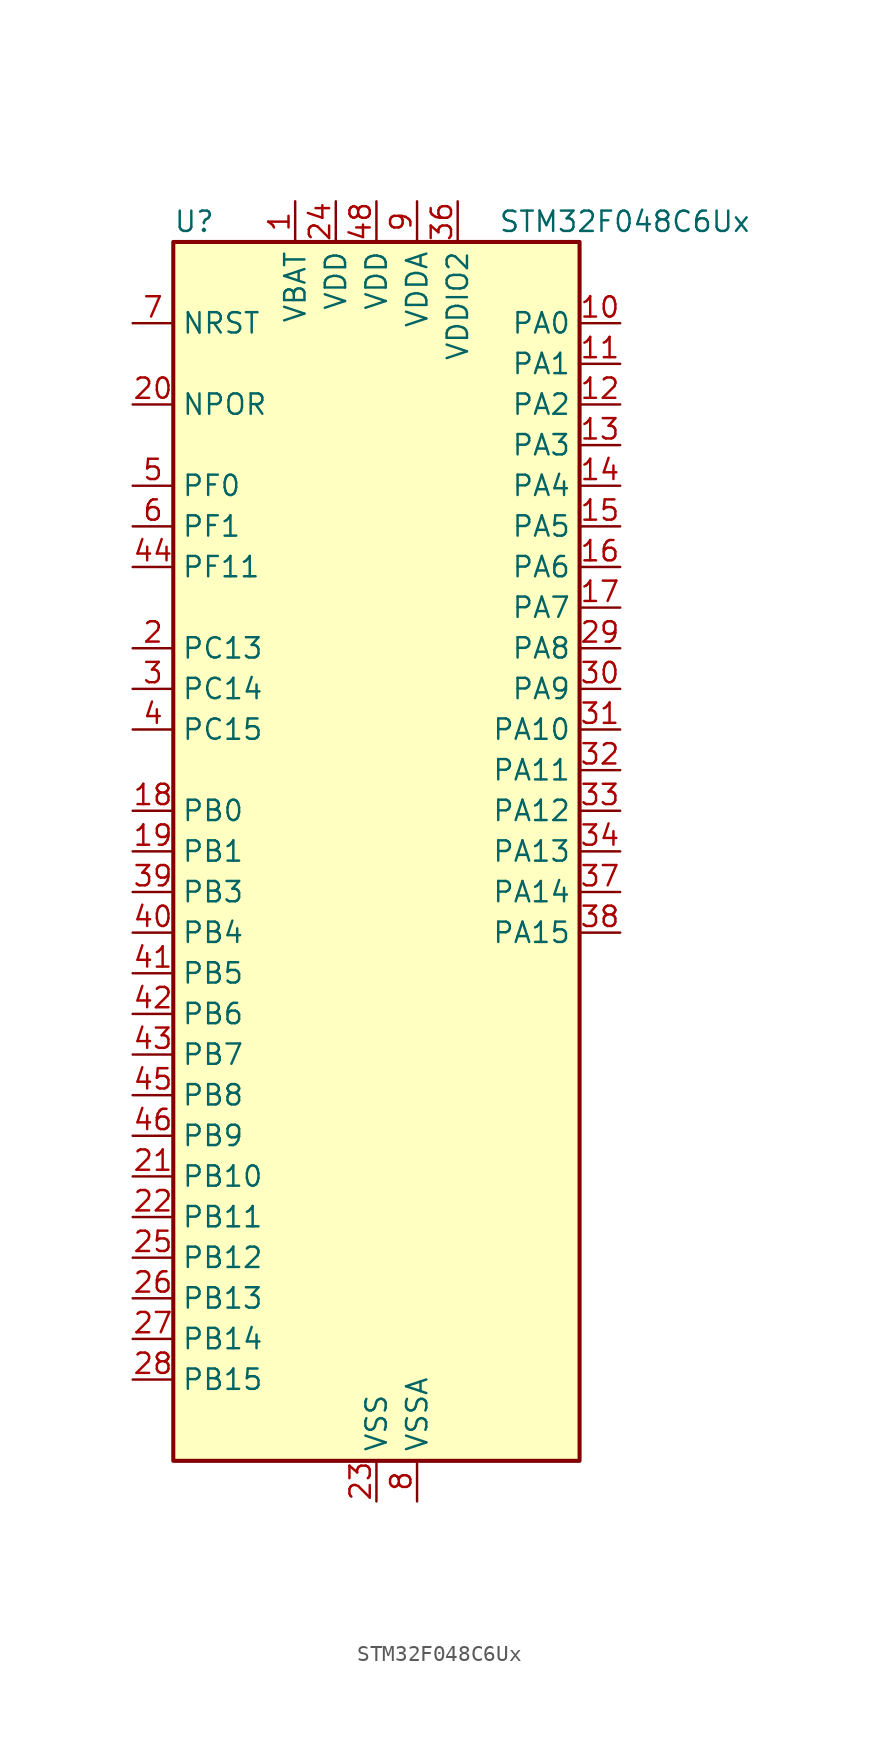
<source format=kicad_sym>
(kicad_symbol_lib
  (version 20241209)
  (generator "kicad_symbol_editor")
  (generator_version "9.0")
  (symbol "STM32F048C6Ux"
    (property "Reference" "U"
      (at -12.7 39.37 0)
      (effects (font (size 1.27 1.27)) (justify left)))
    (property "Value" "STM32F048C6Ux"
      (at 7.62 39.37 0)
      (effects (font (size 1.27 1.27)) (justify left)))
    (symbol "STM32F048C6Ux_0_1"
      (rectangle (start -12.7 -38.1) (end 12.7 38.1) (stroke (width 0.254) (type default)) (fill (type background))))
    (symbol "STM32F048C6Ux_1_1"
      (pin input line (at -15.24 33.02 0) (length 2.54) (name "NRST" (effects (font (size 1.27 1.27)))) (number "7" (effects (font (size 1.27 1.27)))))
      (pin input line (at -15.24 27.94 0) (length 2.54) (name "NPOR" (effects (font (size 1.27 1.27)))) (number "20" (effects (font (size 1.27 1.27)))))
      (pin bidirectional line (at -15.24 22.86 0) (length 2.54) (name "PF0" (effects (font (size 1.27 1.27)))) (number "5" (effects (font (size 1.27 1.27)))) (alternate "CRS_SYNC" bidirectional line) (alternate "I2C1_SDA" bidirectional line) (alternate "RCC_OSC_IN" bidirectional line))
      (pin bidirectional line (at -15.24 20.32 0) (length 2.54) (name "PF1" (effects (font (size 1.27 1.27)))) (number "6" (effects (font (size 1.27 1.27)))) (alternate "I2C1_SCL" bidirectional line) (alternate "RCC_OSC_OUT" bidirectional line))
      (pin bidirectional line (at -15.24 17.78 0) (length 2.54) (name "PF11" (effects (font (size 1.27 1.27)))) (number "44" (effects (font (size 1.27 1.27)))))
      (pin bidirectional line (at -15.24 12.7 0) (length 2.54) (name "PC13" (effects (font (size 1.27 1.27)))) (number "2" (effects (font (size 1.27 1.27)))) (alternate "RTC_OUT_ALARM" bidirectional line) (alternate "RTC_OUT_CALIB" bidirectional line) (alternate "RTC_TAMP1" bidirectional line) (alternate "RTC_TS" bidirectional line) (alternate "SYS_WKUP2" bidirectional line))
      (pin bidirectional line (at -15.24 10.16 0) (length 2.54) (name "PC14" (effects (font (size 1.27 1.27)))) (number "3" (effects (font (size 1.27 1.27)))) (alternate "RCC_OSC32_IN" bidirectional line))
      (pin bidirectional line (at -15.24 7.62 0) (length 2.54) (name "PC15" (effects (font (size 1.27 1.27)))) (number "4" (effects (font (size 1.27 1.27)))) (alternate "RCC_OSC32_OUT" bidirectional line))
      (pin bidirectional line (at -15.24 2.54 0) (length 2.54) (name "PB0" (effects (font (size 1.27 1.27)))) (number "18" (effects (font (size 1.27 1.27)))) (alternate "ADC_IN8" bidirectional line) (alternate "TIM1_CH2N" bidirectional line) (alternate "TIM3_CH3" bidirectional line) (alternate "TSC_G3_IO2" bidirectional line))
      (pin bidirectional line (at -15.24 0 0) (length 2.54) (name "PB1" (effects (font (size 1.27 1.27)))) (number "19" (effects (font (size 1.27 1.27)))) (alternate "ADC_IN9" bidirectional line) (alternate "TIM14_CH1" bidirectional line) (alternate "TIM1_CH3N" bidirectional line) (alternate "TIM3_CH4" bidirectional line) (alternate "TSC_G3_IO3" bidirectional line))
      (pin bidirectional line (at -15.24 -2.54 0) (length 2.54) (name "PB3" (effects (font (size 1.27 1.27)))) (number "39" (effects (font (size 1.27 1.27)))) (alternate "I2S1_CK" bidirectional line) (alternate "SPI1_SCK" bidirectional line) (alternate "TIM2_CH2" bidirectional line) (alternate "TSC_G5_IO1" bidirectional line))
      (pin bidirectional line (at -15.24 -5.08 0) (length 2.54) (name "PB4" (effects (font (size 1.27 1.27)))) (number "40" (effects (font (size 1.27 1.27)))) (alternate "I2S1_MCK" bidirectional line) (alternate "SPI1_MISO" bidirectional line) (alternate "TIM17_BKIN" bidirectional line) (alternate "TIM3_CH1" bidirectional line) (alternate "TSC_G5_IO2" bidirectional line))
      (pin bidirectional line (at -15.24 -7.62 0) (length 2.54) (name "PB5" (effects (font (size 1.27 1.27)))) (number "41" (effects (font (size 1.27 1.27)))) (alternate "I2C1_SMBA" bidirectional line) (alternate "I2S1_SD" bidirectional line) (alternate "SPI1_MOSI" bidirectional line) (alternate "SYS_WKUP6" bidirectional line) (alternate "TIM16_BKIN" bidirectional line) (alternate "TIM3_CH2" bidirectional line))
      (pin bidirectional line (at -15.24 -10.16 0) (length 2.54) (name "PB6" (effects (font (size 1.27 1.27)))) (number "42" (effects (font (size 1.27 1.27)))) (alternate "I2C1_SCL" bidirectional line) (alternate "TIM16_CH1N" bidirectional line) (alternate "TSC_G5_IO3" bidirectional line) (alternate "USART1_TX" bidirectional line))
      (pin bidirectional line (at -15.24 -12.7 0) (length 2.54) (name "PB7" (effects (font (size 1.27 1.27)))) (number "43" (effects (font (size 1.27 1.27)))) (alternate "I2C1_SDA" bidirectional line) (alternate "TIM17_CH1N" bidirectional line) (alternate "TSC_G5_IO4" bidirectional line) (alternate "USART1_RX" bidirectional line))
      (pin bidirectional line (at -15.24 -15.24 0) (length 2.54) (name "PB8" (effects (font (size 1.27 1.27)))) (number "45" (effects (font (size 1.27 1.27)))) (alternate "CEC" bidirectional line) (alternate "I2C1_SCL" bidirectional line) (alternate "TIM16_CH1" bidirectional line) (alternate "TSC_SYNC" bidirectional line))
      (pin bidirectional line (at -15.24 -17.78 0) (length 2.54) (name "PB9" (effects (font (size 1.27 1.27)))) (number "46" (effects (font (size 1.27 1.27)))) (alternate "I2C1_SDA" bidirectional line) (alternate "IR_OUT" bidirectional line) (alternate "SPI2_NSS" bidirectional line) (alternate "TIM17_CH1" bidirectional line))
      (pin bidirectional line (at -15.24 -20.32 0) (length 2.54) (name "PB10" (effects (font (size 1.27 1.27)))) (number "21" (effects (font (size 1.27 1.27)))) (alternate "CEC" bidirectional line) (alternate "I2C1_SCL" bidirectional line) (alternate "SPI2_SCK" bidirectional line) (alternate "TIM2_CH3" bidirectional line) (alternate "TSC_SYNC" bidirectional line))
      (pin bidirectional line (at -15.24 -22.86 0) (length 2.54) (name "PB11" (effects (font (size 1.27 1.27)))) (number "22" (effects (font (size 1.27 1.27)))) (alternate "I2C1_SDA" bidirectional line) (alternate "TIM2_CH4" bidirectional line))
      (pin bidirectional line (at -15.24 -25.4 0) (length 2.54) (name "PB12" (effects (font (size 1.27 1.27)))) (number "25" (effects (font (size 1.27 1.27)))) (alternate "SPI2_NSS" bidirectional line) (alternate "TIM1_BKIN" bidirectional line))
      (pin bidirectional line (at -15.24 -27.94 0) (length 2.54) (name "PB13" (effects (font (size 1.27 1.27)))) (number "26" (effects (font (size 1.27 1.27)))) (alternate "I2C1_SCL" bidirectional line) (alternate "SPI2_SCK" bidirectional line) (alternate "TIM1_CH1N" bidirectional line))
      (pin bidirectional line (at -15.24 -30.48 0) (length 2.54) (name "PB14" (effects (font (size 1.27 1.27)))) (number "27" (effects (font (size 1.27 1.27)))) (alternate "I2C1_SDA" bidirectional line) (alternate "SPI2_MISO" bidirectional line) (alternate "TIM1_CH2N" bidirectional line))
      (pin bidirectional line (at -15.24 -33.02 0) (length 2.54) (name "PB15" (effects (font (size 1.27 1.27)))) (number "28" (effects (font (size 1.27 1.27)))) (alternate "RTC_REFIN" bidirectional line) (alternate "SPI2_MOSI" bidirectional line) (alternate "SYS_WKUP7" bidirectional line) (alternate "TIM1_CH3N" bidirectional line))
      (pin power_in line (at -5.08 40.64 270) (length 2.54) (name "VBAT" (effects (font (size 1.27 1.27)))) (number "1" (effects (font (size 1.27 1.27)))))
      (pin power_in line (at -2.54 40.64 270) (length 2.54) (name "VDD" (effects (font (size 1.27 1.27)))) (number "24" (effects (font (size 1.27 1.27)))))
      (pin power_in line (at 0 40.64 270) (length 2.54) (name "VDD" (effects (font (size 1.27 1.27)))) (number "48" (effects (font (size 1.27 1.27)))))
      (pin power_in line (at 0 -40.64 90) (length 2.54) (name "VSS" (effects (font (size 1.27 1.27)))) (number "23" (effects (font (size 1.27 1.27)))))
      (pin passive line (at 0 -40.64 90) (length 2.54) (hide yes) (name "VSS" (effects (font (size 1.27 1.27)))) (number "35" (effects (font (size 1.27 1.27)))))
      (pin passive line (at 0 -40.64 90) (length 2.54) (hide yes) (name "VSS" (effects (font (size 1.27 1.27)))) (number "47" (effects (font (size 1.27 1.27)))))
      (pin passive line (at 0 -40.64 90) (length 2.54) (hide yes) (name "VSS" (effects (font (size 1.27 1.27)))) (number "49" (effects (font (size 1.27 1.27)))))
      (pin power_in line (at 2.54 40.64 270) (length 2.54) (name "VDDA" (effects (font (size 1.27 1.27)))) (number "9" (effects (font (size 1.27 1.27)))))
      (pin power_in line (at 2.54 -40.64 90) (length 2.54) (name "VSSA" (effects (font (size 1.27 1.27)))) (number "8" (effects (font (size 1.27 1.27)))))
      (pin power_in line (at 5.08 40.64 270) (length 2.54) (name "VDDIO2" (effects (font (size 1.27 1.27)))) (number "36" (effects (font (size 1.27 1.27)))))
      (pin bidirectional line (at 15.24 33.02 180) (length 2.54) (name "PA0" (effects (font (size 1.27 1.27)))) (number "10" (effects (font (size 1.27 1.27)))) (alternate "ADC_IN0" bidirectional line) (alternate "RTC_TAMP2" bidirectional line) (alternate "SYS_WKUP1" bidirectional line) (alternate "TIM2_CH1" bidirectional line) (alternate "TIM2_ETR" bidirectional line) (alternate "TSC_G1_IO1" bidirectional line) (alternate "USART2_CTS" bidirectional line))
      (pin bidirectional line (at 15.24 30.48 180) (length 2.54) (name "PA1" (effects (font (size 1.27 1.27)))) (number "11" (effects (font (size 1.27 1.27)))) (alternate "ADC_IN1" bidirectional line) (alternate "TIM2_CH2" bidirectional line) (alternate "TSC_G1_IO2" bidirectional line) (alternate "USART2_DE" bidirectional line) (alternate "USART2_RTS" bidirectional line))
      (pin bidirectional line (at 15.24 27.94 180) (length 2.54) (name "PA2" (effects (font (size 1.27 1.27)))) (number "12" (effects (font (size 1.27 1.27)))) (alternate "ADC_IN2" bidirectional line) (alternate "SYS_WKUP4" bidirectional line) (alternate "TIM2_CH3" bidirectional line) (alternate "TSC_G1_IO3" bidirectional line) (alternate "USART2_TX" bidirectional line))
      (pin bidirectional line (at 15.24 25.4 180) (length 2.54) (name "PA3" (effects (font (size 1.27 1.27)))) (number "13" (effects (font (size 1.27 1.27)))) (alternate "ADC_IN3" bidirectional line) (alternate "TIM2_CH4" bidirectional line) (alternate "TSC_G1_IO4" bidirectional line) (alternate "USART2_RX" bidirectional line))
      (pin bidirectional line (at 15.24 22.86 180) (length 2.54) (name "PA4" (effects (font (size 1.27 1.27)))) (number "14" (effects (font (size 1.27 1.27)))) (alternate "ADC_IN4" bidirectional line) (alternate "I2S1_WS" bidirectional line) (alternate "SPI1_NSS" bidirectional line) (alternate "TIM14_CH1" bidirectional line) (alternate "TSC_G2_IO1" bidirectional line) (alternate "USART2_CK" bidirectional line) (alternate "USB_NOE" bidirectional line))
      (pin bidirectional line (at 15.24 20.32 180) (length 2.54) (name "PA5" (effects (font (size 1.27 1.27)))) (number "15" (effects (font (size 1.27 1.27)))) (alternate "ADC_IN5" bidirectional line) (alternate "CEC" bidirectional line) (alternate "I2S1_CK" bidirectional line) (alternate "SPI1_SCK" bidirectional line) (alternate "TIM2_CH1" bidirectional line) (alternate "TIM2_ETR" bidirectional line) (alternate "TSC_G2_IO2" bidirectional line))
      (pin bidirectional line (at 15.24 17.78 180) (length 2.54) (name "PA6" (effects (font (size 1.27 1.27)))) (number "16" (effects (font (size 1.27 1.27)))) (alternate "ADC_IN6" bidirectional line) (alternate "I2S1_MCK" bidirectional line) (alternate "SPI1_MISO" bidirectional line) (alternate "TIM16_CH1" bidirectional line) (alternate "TIM1_BKIN" bidirectional line) (alternate "TIM3_CH1" bidirectional line) (alternate "TSC_G2_IO3" bidirectional line))
      (pin bidirectional line (at 15.24 15.24 180) (length 2.54) (name "PA7" (effects (font (size 1.27 1.27)))) (number "17" (effects (font (size 1.27 1.27)))) (alternate "ADC_IN7" bidirectional line) (alternate "I2S1_SD" bidirectional line) (alternate "SPI1_MOSI" bidirectional line) (alternate "TIM14_CH1" bidirectional line) (alternate "TIM17_CH1" bidirectional line) (alternate "TIM1_CH1N" bidirectional line) (alternate "TIM3_CH2" bidirectional line) (alternate "TSC_G2_IO4" bidirectional line))
      (pin bidirectional line (at 15.24 12.7 180) (length 2.54) (name "PA8" (effects (font (size 1.27 1.27)))) (number "29" (effects (font (size 1.27 1.27)))) (alternate "CRS_SYNC" bidirectional line) (alternate "RCC_MCO" bidirectional line) (alternate "TIM1_CH1" bidirectional line) (alternate "USART1_CK" bidirectional line))
      (pin bidirectional line (at 15.24 10.16 180) (length 2.54) (name "PA9" (effects (font (size 1.27 1.27)))) (number "30" (effects (font (size 1.27 1.27)))) (alternate "I2C1_SCL" bidirectional line) (alternate "TIM1_CH2" bidirectional line) (alternate "TSC_G4_IO1" bidirectional line) (alternate "USART1_TX" bidirectional line))
      (pin bidirectional line (at 15.24 7.62 180) (length 2.54) (name "PA10" (effects (font (size 1.27 1.27)))) (number "31" (effects (font (size 1.27 1.27)))) (alternate "I2C1_SDA" bidirectional line) (alternate "TIM17_BKIN" bidirectional line) (alternate "TIM1_CH3" bidirectional line) (alternate "TSC_G4_IO2" bidirectional line) (alternate "USART1_RX" bidirectional line))
      (pin bidirectional line (at 15.24 5.08 180) (length 2.54) (name "PA11" (effects (font (size 1.27 1.27)))) (number "32" (effects (font (size 1.27 1.27)))) (alternate "I2C1_SCL" bidirectional line) (alternate "TIM1_CH4" bidirectional line) (alternate "TSC_G4_IO3" bidirectional line) (alternate "USART1_CTS" bidirectional line) (alternate "USB_DM" bidirectional line))
      (pin bidirectional line (at 15.24 2.54 180) (length 2.54) (name "PA12" (effects (font (size 1.27 1.27)))) (number "33" (effects (font (size 1.27 1.27)))) (alternate "I2C1_SDA" bidirectional line) (alternate "TIM1_ETR" bidirectional line) (alternate "TSC_G4_IO4" bidirectional line) (alternate "USART1_DE" bidirectional line) (alternate "USART1_RTS" bidirectional line) (alternate "USB_DP" bidirectional line))
      (pin bidirectional line (at 15.24 0 180) (length 2.54) (name "PA13" (effects (font (size 1.27 1.27)))) (number "34" (effects (font (size 1.27 1.27)))) (alternate "IR_OUT" bidirectional line) (alternate "SYS_SWDIO" bidirectional line) (alternate "USB_NOE" bidirectional line))
      (pin bidirectional line (at 15.24 -2.54 180) (length 2.54) (name "PA14" (effects (font (size 1.27 1.27)))) (number "37" (effects (font (size 1.27 1.27)))) (alternate "SYS_SWCLK" bidirectional line) (alternate "USART2_TX" bidirectional line))
      (pin bidirectional line (at 15.24 -5.08 180) (length 2.54) (name "PA15" (effects (font (size 1.27 1.27)))) (number "38" (effects (font (size 1.27 1.27)))) (alternate "I2S1_WS" bidirectional line) (alternate "SPI1_NSS" bidirectional line) (alternate "TIM2_CH1" bidirectional line) (alternate "TIM2_ETR" bidirectional line) (alternate "USART2_RX" bidirectional line) (alternate "USB_NOE" bidirectional line)))))
</source>
